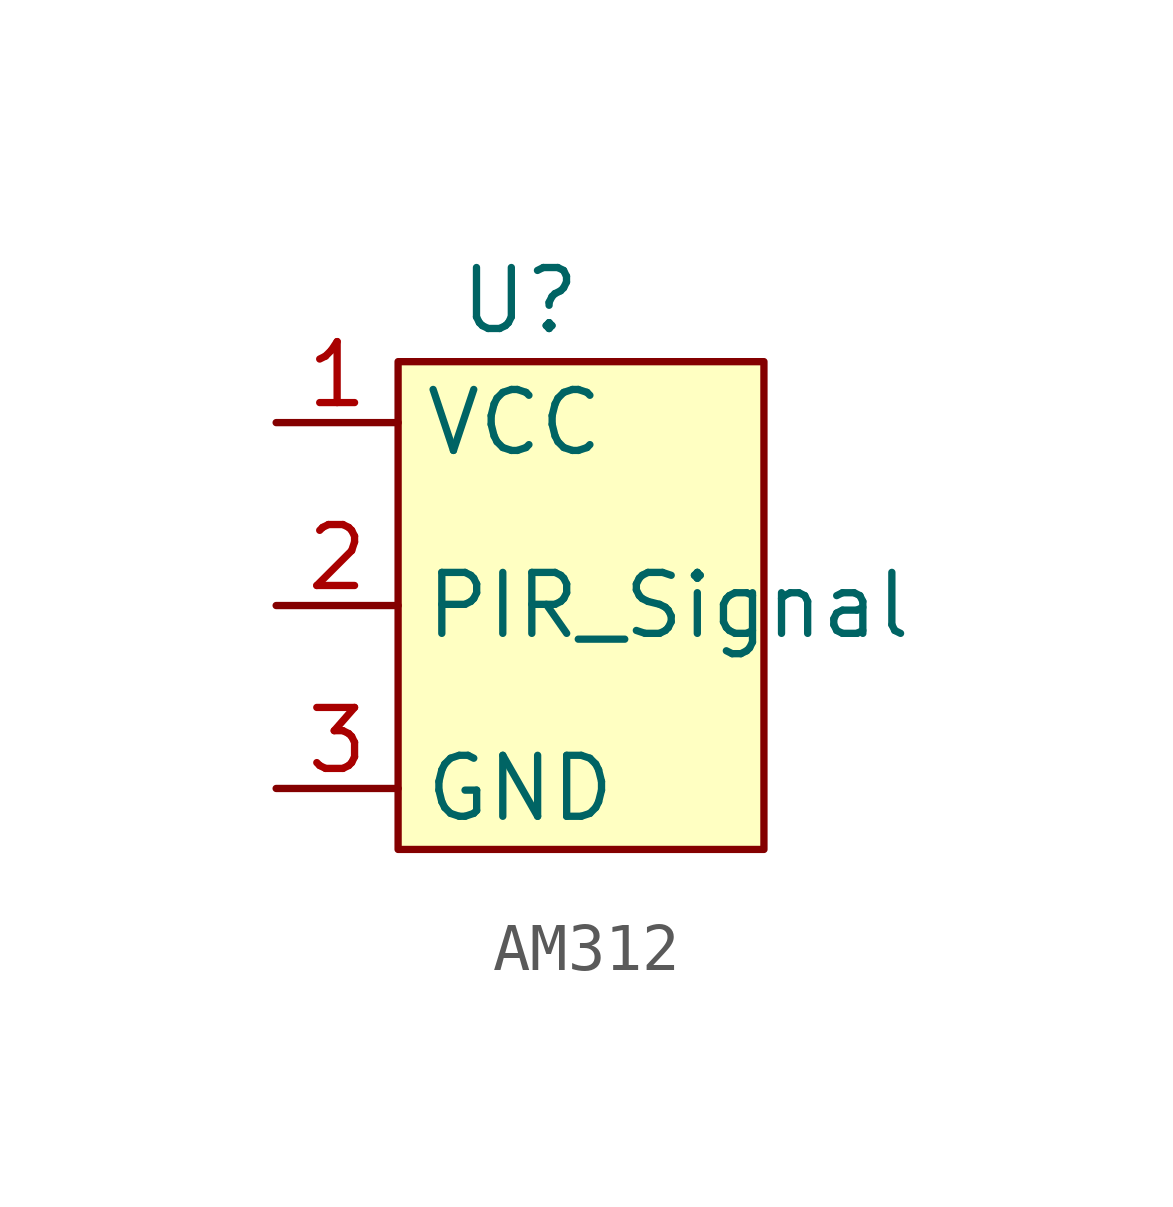
<source format=kicad_sym>
(kicad_symbol_lib
  (version 20231120)
  (generator "kicad_symbol_editor")
  (generator_version "8.0")
  (symbol "AM312"
    (property "Reference" "U"
      (at 2.54 1.27 0)
      (effects (font (size 1.27 1.27))))
    (property "Value" ""
      (at 2.54 1.27 0)
      (effects (font (size 1.27 1.27))))
    (symbol "AM312_1_1"
      (rectangle (start 0 0) (end 7.62 -10.16) (stroke (width 0) (type default)) (fill (type background)))
      (pin power_in line (at -2.54 -1.27 0) (length 2.54) (name "VCC" (effects (font (size 1.27 1.27)))) (number "1" (effects (font (size 1.27 1.27)))))
      (pin bidirectional line (at -2.54 -5.08 0) (length 2.54) (name "PIR_Signal" (effects (font (size 1.27 1.27)))) (number "2" (effects (font (size 1.27 1.27)))))
      (pin power_in line (at -2.54 -8.89 0) (length 2.54) (name "GND" (effects (font (size 1.27 1.27)))) (number "3" (effects (font (size 1.27 1.27))))))))
</source>
